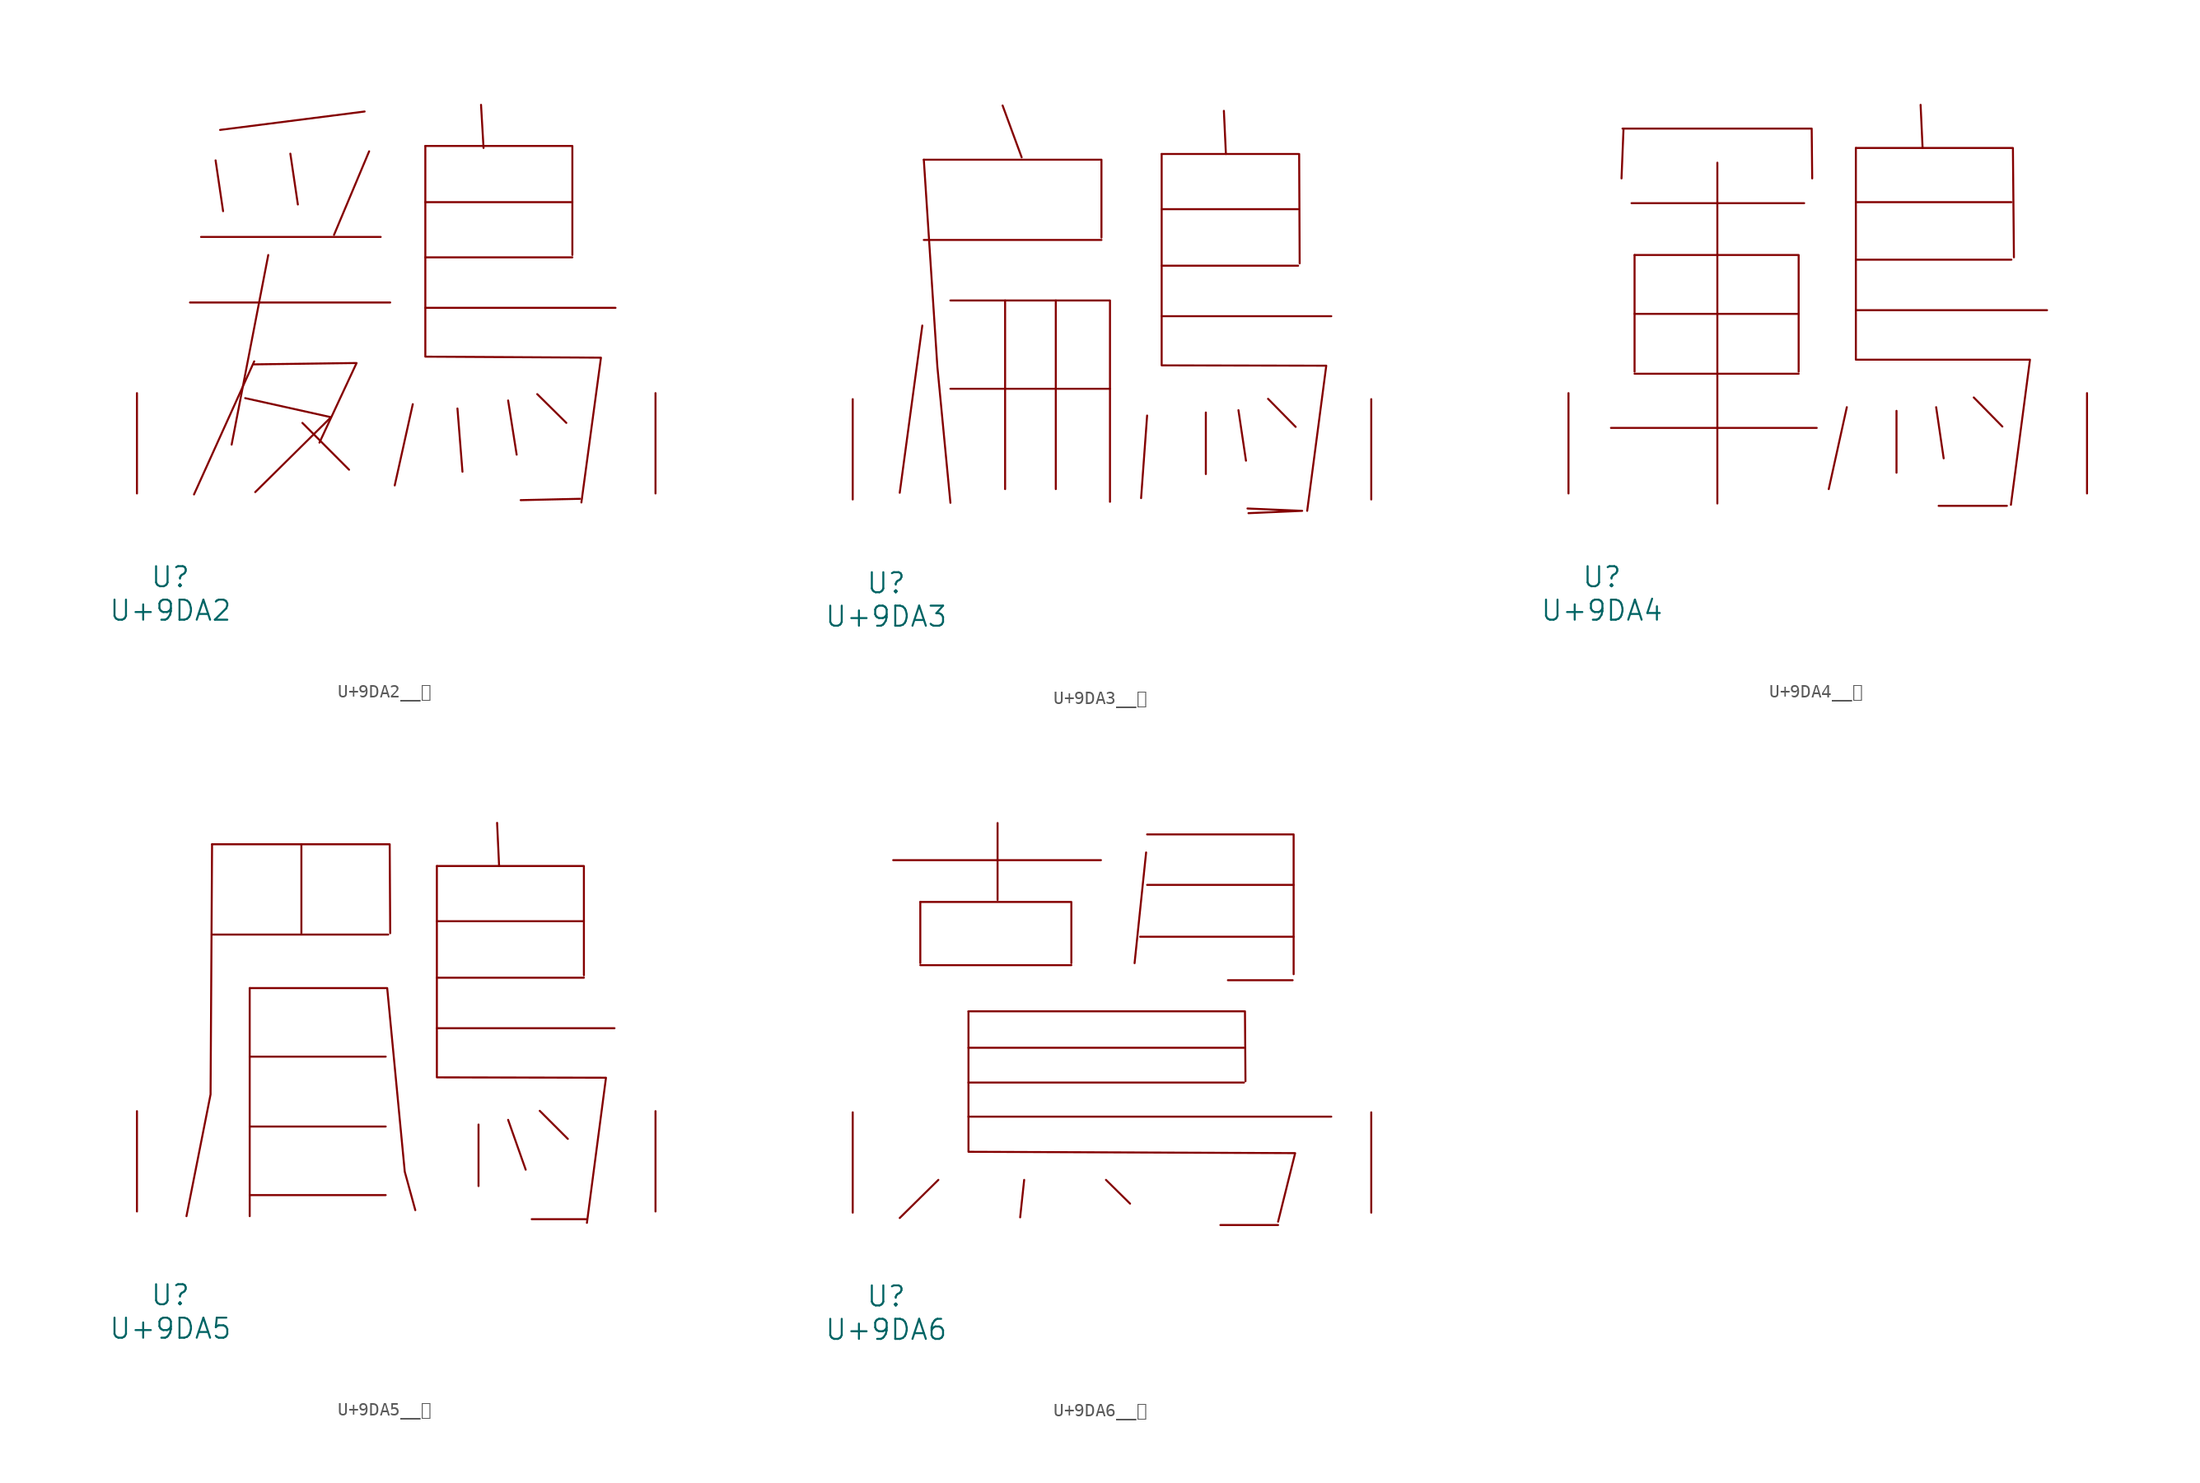
<source format=kicad_sym>
(kicad_symbol_lib
  (version 20231120)
  (generator "kicad_symbol_editor")
  (generator_version "8.0")
  (symbol "U+9DA2__鶢"
    (pin_names
      (offset 1.016))
    (property "Reference" "U"
      (at 0 -6.35 0)
      (effects (font (size 1.524 1.524))))
    (property "Value" "U+9DA2"
      (at 0 -8.89 0)
      (effects (font (size 1.524 1.524))))
    (symbol "U+9DA2__鶢_0_1"
      (polyline (pts (xy 1.486 14.503) (xy 16.688 14.503)) (stroke (width 0) (type solid)) (fill (type none)))
      (polyline (pts (xy 2.324 19.482) (xy 15.964 19.482)) (stroke (width 0) (type solid)) (fill (type none)))
      (polyline (pts (xy 3.429 25.298) (xy 4 21.438)) (stroke (width 0) (type solid)) (fill (type none)))
      (polyline (pts (xy 6.363 10.033) (xy 1.791 -0.076)) (stroke (width 0) (type solid)) (fill (type none)))
      (polyline (pts (xy 7.429 18.11) (xy 4.648 3.708)) (stroke (width 0) (type solid)) (fill (type none)))
      (polyline (pts (xy 9.106 25.806) (xy 9.677 21.946)) (stroke (width 0) (type solid)) (fill (type none)))
      (polyline (pts (xy 10.02 5.359) (xy 13.564 1.803)) (stroke (width 0) (type solid)) (fill (type none)))
      (polyline (pts (xy 14.745 29.007) (xy 3.772 27.61)) (stroke (width 0) (type solid)) (fill (type none)))
      (polyline (pts (xy 15.088 25.984) (xy 12.421 19.634)) (stroke (width 0) (type solid)) (fill (type none)))
      (polyline (pts (xy 18.402 6.782) (xy 17.031 0.61)) (stroke (width 0) (type solid)) (fill (type none)))
      (polyline (pts (xy 19.355 14.097) (xy 33.795 14.097)) (stroke (width 0) (type solid)) (fill (type none)))
      (polyline (pts (xy 19.355 17.932) (xy 30.518 17.932)) (stroke (width 0) (type solid)) (fill (type none)))
      (polyline (pts (xy 19.355 22.123) (xy 30.518 22.123)) (stroke (width 0) (type solid)) (fill (type none)))
      (polyline (pts (xy 21.793 6.452) (xy 22.174 1.651)) (stroke (width 0) (type solid)) (fill (type none)))
      (polyline (pts (xy 23.584 29.515) (xy 23.774 26.238)) (stroke (width 0) (type solid)) (fill (type none)))
      (polyline (pts (xy 25.641 7.061) (xy 26.289 2.946)) (stroke (width 0) (type solid)) (fill (type none)))
      (polyline (pts (xy 27.851 7.544) (xy 30.061 5.359)) (stroke (width 0) (type solid)) (fill (type none)))
      (polyline (pts (xy 31.09 -0.406) (xy 26.594 -0.508)) (stroke (width 0) (type solid)) (fill (type none)))
      (polyline (pts (xy 5.677 7.239) (xy 12.192 5.791) (xy 6.439 0.102)) (stroke (width 0) (type solid)) (fill (type none)))
      (polyline (pts (xy 6.363 9.804) (xy 14.135 9.906) (xy 11.316 3.861)) (stroke (width 0) (type solid)) (fill (type none)))
      (polyline (pts (xy 19.355 26.391) (xy 30.518 26.391) (xy 30.518 18.11)) (stroke (width 0) (type solid)) (fill (type none)))
      (polyline (pts (xy 19.355 26.391) (xy 19.355 10.389) (xy 32.69 10.312) (xy 31.204 -0.686)) (stroke (width 0) (type solid)) (fill (type none)))
      (pin input line (at -2.54 0 90) (length 7.62) (name "~" (effects (font (size 1.27 1.27)))) (number "~" (effects (font (size 1.27 1.27)))))
      (pin input line (at 36.83 0 90) (length 7.62) (name "~" (effects (font (size 1.27 1.27)))) (number "~" (effects (font (size 1.27 1.27)))))))
  (symbol "U+9DA3__鶣"
    (pin_names
      (offset 1.016))
    (property "Reference" "U"
      (at 0 -6.35 0)
      (effects (font (size 1.524 1.524))))
    (property "Value" "U+9DA3"
      (at 0 -8.89 0)
      (effects (font (size 1.524 1.524))))
    (symbol "U+9DA3__鶣_0_1"
      (polyline (pts (xy 2.743 13.208) (xy 1.029 0.508)) (stroke (width 0) (type solid)) (fill (type none)))
      (polyline (pts (xy 2.857 19.71) (xy 16.345 19.71)) (stroke (width 0) (type solid)) (fill (type none)))
      (polyline (pts (xy 4.877 8.407) (xy 16.993 8.407)) (stroke (width 0) (type solid)) (fill (type none)))
      (polyline (pts (xy 8.839 29.921) (xy 10.287 25.984)) (stroke (width 0) (type solid)) (fill (type none)))
      (polyline (pts (xy 9.03 15.113) (xy 9.03 0.787)) (stroke (width 0) (type solid)) (fill (type none)))
      (polyline (pts (xy 12.878 15.113) (xy 12.878 0.787)) (stroke (width 0) (type solid)) (fill (type none)))
      (polyline (pts (xy 19.812 6.375) (xy 19.355 0.102)) (stroke (width 0) (type solid)) (fill (type none)))
      (polyline (pts (xy 20.917 13.919) (xy 33.795 13.919)) (stroke (width 0) (type solid)) (fill (type none)))
      (polyline (pts (xy 20.917 17.755) (xy 31.28 17.755)) (stroke (width 0) (type solid)) (fill (type none)))
      (polyline (pts (xy 20.917 22.047) (xy 31.28 22.047)) (stroke (width 0) (type solid)) (fill (type none)))
      (polyline (pts (xy 24.27 6.604) (xy 24.27 1.93)) (stroke (width 0) (type solid)) (fill (type none)))
      (polyline (pts (xy 25.641 29.515) (xy 25.794 26.238)) (stroke (width 0) (type solid)) (fill (type none)))
      (polyline (pts (xy 26.746 6.782) (xy 27.318 2.946)) (stroke (width 0) (type solid)) (fill (type none)))
      (polyline (pts (xy 28.994 7.645) (xy 31.09 5.512)) (stroke (width 0) (type solid)) (fill (type none)))
      (polyline (pts (xy 2.857 25.806) (xy 3.886 10.084) (xy 4.877 -0.254)) (stroke (width 0) (type solid)) (fill (type none)))
      (polyline (pts (xy 2.857 25.806) (xy 16.345 25.806) (xy 16.345 19.888)) (stroke (width 0) (type solid)) (fill (type none)))
      (polyline (pts (xy 4.877 15.113) (xy 16.993 15.113) (xy 16.993 -0.178)) (stroke (width 0) (type solid)) (fill (type none)))
      (polyline (pts (xy 20.917 26.238) (xy 31.356 26.238) (xy 31.394 17.932)) (stroke (width 0) (type solid)) (fill (type none)))
      (polyline (pts (xy 27.508 -1.041) (xy 31.585 -0.864) (xy 27.432 -0.686)) (stroke (width 0) (type solid)) (fill (type none)))
      (polyline (pts (xy 20.917 26.238) (xy 20.917 10.185) (xy 33.414 10.16) (xy 31.966 -0.864)) (stroke (width 0) (type solid)) (fill (type none)))
      (pin input line (at -2.54 0 90) (length 7.62) (name "~" (effects (font (size 1.27 1.27)))) (number "~" (effects (font (size 1.27 1.27)))))
      (pin input line (at 36.83 0 90) (length 7.62) (name "~" (effects (font (size 1.27 1.27)))) (number "~" (effects (font (size 1.27 1.27)))))))
  (symbol "U+9DA4__鶤"
    (pin_names
      (offset 1.016))
    (property "Reference" "U"
      (at 0 -6.35 0)
      (effects (font (size 1.524 1.524))))
    (property "Value" "U+9DA4"
      (at 0 -8.89 0)
      (effects (font (size 1.524 1.524))))
    (symbol "U+9DA4__鶤_0_1"
      (polyline (pts (xy 0.686 4.978) (xy 16.307 4.978)) (stroke (width 0) (type solid)) (fill (type none)))
      (polyline (pts (xy 1.638 27.711) (xy 1.486 23.927)) (stroke (width 0) (type solid)) (fill (type none)))
      (polyline (pts (xy 2.248 22.047) (xy 15.354 22.047)) (stroke (width 0) (type solid)) (fill (type none)))
      (polyline (pts (xy 2.477 9.093) (xy 14.935 9.093)) (stroke (width 0) (type solid)) (fill (type none)))
      (polyline (pts (xy 2.477 13.64) (xy 14.935 13.64)) (stroke (width 0) (type solid)) (fill (type none)))
      (polyline (pts (xy 2.477 18.11) (xy 2.477 9.246)) (stroke (width 0) (type solid)) (fill (type none)))
      (polyline (pts (xy 8.763 25.121) (xy 8.763 -0.762)) (stroke (width 0) (type solid)) (fill (type none)))
      (polyline (pts (xy 18.593 6.553) (xy 17.221 0.33)) (stroke (width 0) (type solid)) (fill (type none)))
      (polyline (pts (xy 19.279 13.919) (xy 33.795 13.919)) (stroke (width 0) (type solid)) (fill (type none)))
      (polyline (pts (xy 19.279 17.755) (xy 31.09 17.755)) (stroke (width 0) (type solid)) (fill (type none)))
      (polyline (pts (xy 19.279 22.123) (xy 31.09 22.123)) (stroke (width 0) (type solid)) (fill (type none)))
      (polyline (pts (xy 22.365 6.274) (xy 22.365 1.575)) (stroke (width 0) (type solid)) (fill (type none)))
      (polyline (pts (xy 24.194 29.515) (xy 24.346 26.238)) (stroke (width 0) (type solid)) (fill (type none)))
      (polyline (pts (xy 25.375 6.553) (xy 25.946 2.667)) (stroke (width 0) (type solid)) (fill (type none)))
      (polyline (pts (xy 25.565 -0.94) (xy 30.747 -0.94)) (stroke (width 0) (type solid)) (fill (type none)))
      (polyline (pts (xy 28.232 7.29) (xy 30.404 5.08)) (stroke (width 0) (type solid)) (fill (type none)))
      (polyline (pts (xy 1.562 27.711) (xy 15.926 27.711) (xy 15.964 23.927)) (stroke (width 0) (type solid)) (fill (type none)))
      (polyline (pts (xy 2.477 18.11) (xy 14.935 18.11) (xy 14.935 9.246)) (stroke (width 0) (type solid)) (fill (type none)))
      (polyline (pts (xy 19.279 26.238) (xy 31.204 26.238) (xy 31.28 17.932)) (stroke (width 0) (type solid)) (fill (type none)))
      (polyline (pts (xy 19.279 26.238) (xy 19.279 10.16) (xy 32.499 10.16) (xy 31.052 -0.864)) (stroke (width 0) (type solid)) (fill (type none)))
      (pin input line (at -2.54 0 90) (length 7.62) (name "~" (effects (font (size 1.27 1.27)))) (number "~" (effects (font (size 1.27 1.27)))))
      (pin input line (at 36.83 0 90) (length 7.62) (name "~" (effects (font (size 1.27 1.27)))) (number "~" (effects (font (size 1.27 1.27)))))))
  (symbol "U+9DA5__鶥"
    (pin_names
      (offset 1.016))
    (property "Reference" "U"
      (at 0 -6.35 0)
      (effects (font (size 1.524 1.524))))
    (property "Value" "U+9DA5"
      (at 0 -8.89 0)
      (effects (font (size 1.524 1.524))))
    (symbol "U+9DA5__鶥_0_1"
      (polyline (pts (xy 3.162 21.031) (xy 16.535 21.031)) (stroke (width 0) (type solid)) (fill (type none)))
      (polyline (pts (xy 6.02 1.245) (xy 16.345 1.245)) (stroke (width 0) (type solid)) (fill (type none)))
      (polyline (pts (xy 6.02 6.452) (xy 16.345 6.452)) (stroke (width 0) (type solid)) (fill (type none)))
      (polyline (pts (xy 6.02 11.76) (xy 16.345 11.76)) (stroke (width 0) (type solid)) (fill (type none)))
      (polyline (pts (xy 6.02 16.967) (xy 6.02 -0.356)) (stroke (width 0) (type solid)) (fill (type none)))
      (polyline (pts (xy 9.944 27.889) (xy 9.944 21.133)) (stroke (width 0) (type solid)) (fill (type none)))
      (polyline (pts (xy 20.231 13.919) (xy 33.718 13.919)) (stroke (width 0) (type solid)) (fill (type none)))
      (polyline (pts (xy 20.231 17.755) (xy 31.394 17.755)) (stroke (width 0) (type solid)) (fill (type none)))
      (polyline (pts (xy 20.231 22.047) (xy 31.394 22.047)) (stroke (width 0) (type solid)) (fill (type none)))
      (polyline (pts (xy 23.393 6.604) (xy 23.393 1.93)) (stroke (width 0) (type solid)) (fill (type none)))
      (polyline (pts (xy 24.803 29.515) (xy 24.956 26.238)) (stroke (width 0) (type solid)) (fill (type none)))
      (polyline (pts (xy 25.641 6.96) (xy 26.975 3.175)) (stroke (width 0) (type solid)) (fill (type none)))
      (polyline (pts (xy 28.042 7.645) (xy 30.175 5.512)) (stroke (width 0) (type solid)) (fill (type none)))
      (polyline (pts (xy 31.547 -0.584) (xy 27.432 -0.584)) (stroke (width 0) (type solid)) (fill (type none)))
      (polyline (pts (xy 3.162 27.889) (xy 3.048 8.89) (xy 1.219 -0.356)) (stroke (width 0) (type solid)) (fill (type none)))
      (polyline (pts (xy 3.162 27.889) (xy 16.65 27.889) (xy 16.688 21.133)) (stroke (width 0) (type solid)) (fill (type none)))
      (polyline (pts (xy 20.231 26.238) (xy 31.394 26.238) (xy 31.394 17.932)) (stroke (width 0) (type solid)) (fill (type none)))
      (polyline (pts (xy 6.02 16.967) (xy 16.459 16.967) (xy 17.793 3.023) (xy 18.593 0.102)) (stroke (width 0) (type solid)) (fill (type none)))
      (polyline (pts (xy 20.231 26.238) (xy 20.231 10.185) (xy 33.071 10.16) (xy 31.623 -0.864)) (stroke (width 0) (type solid)) (fill (type none)))
      (pin input line (at -2.54 0 90) (length 7.62) (name "~" (effects (font (size 1.27 1.27)))) (number "~" (effects (font (size 1.27 1.27)))))
      (pin input line (at 36.83 0 90) (length 7.62) (name "~" (effects (font (size 1.27 1.27)))) (number "~" (effects (font (size 1.27 1.27)))))))
  (symbol "U+9DA6__鶦"
    (pin_names
      (offset 1.016))
    (property "Reference" "U"
      (at 0 -6.35 0)
      (effects (font (size 1.524 1.524))))
    (property "Value" "U+9DA6"
      (at 0 -8.89 0)
      (effects (font (size 1.524 1.524))))
    (symbol "U+9DA6__鶦_0_1"
      (polyline (pts (xy 0.533 26.772) (xy 16.307 26.772)) (stroke (width 0) (type solid)) (fill (type none)))
      (polyline (pts (xy 2.591 18.796) (xy 14.059 18.796)) (stroke (width 0) (type solid)) (fill (type none)))
      (polyline (pts (xy 2.591 23.597) (xy 2.591 18.948)) (stroke (width 0) (type solid)) (fill (type none)))
      (polyline (pts (xy 3.962 2.489) (xy 1.029 -0.406)) (stroke (width 0) (type solid)) (fill (type none)))
      (polyline (pts (xy 6.248 7.29) (xy 33.795 7.29)) (stroke (width 0) (type solid)) (fill (type none)))
      (polyline (pts (xy 6.248 9.881) (xy 27.165 9.881)) (stroke (width 0) (type solid)) (fill (type none)))
      (polyline (pts (xy 6.248 12.522) (xy 27.165 12.522)) (stroke (width 0) (type solid)) (fill (type none)))
      (polyline (pts (xy 8.458 29.591) (xy 8.458 23.749)) (stroke (width 0) (type solid)) (fill (type none)))
      (polyline (pts (xy 10.477 2.489) (xy 10.173 -0.356)) (stroke (width 0) (type solid)) (fill (type none)))
      (polyline (pts (xy 16.688 2.489) (xy 18.517 0.686)) (stroke (width 0) (type solid)) (fill (type none)))
      (polyline (pts (xy 19.279 20.955) (xy 30.937 20.955)) (stroke (width 0) (type solid)) (fill (type none)))
      (polyline (pts (xy 19.736 27.356) (xy 18.86 18.948)) (stroke (width 0) (type solid)) (fill (type none)))
      (polyline (pts (xy 19.812 24.892) (xy 30.937 24.892)) (stroke (width 0) (type solid)) (fill (type none)))
      (polyline (pts (xy 25.375 -0.94) (xy 29.756 -0.94)) (stroke (width 0) (type solid)) (fill (type none)))
      (polyline (pts (xy 25.946 17.653) (xy 30.861 17.653)) (stroke (width 0) (type solid)) (fill (type none)))
      (polyline (pts (xy 2.591 23.597) (xy 14.059 23.597) (xy 14.059 18.948)) (stroke (width 0) (type solid)) (fill (type none)))
      (polyline (pts (xy 6.248 15.291) (xy 27.241 15.291) (xy 27.28 9.982)) (stroke (width 0) (type solid)) (fill (type none)))
      (polyline (pts (xy 19.812 28.727) (xy 30.937 28.727) (xy 30.937 18.11)) (stroke (width 0) (type solid)) (fill (type none)))
      (polyline (pts (xy 6.248 15.291) (xy 6.248 4.623) (xy 31.052 4.521) (xy 29.756 -0.686)) (stroke (width 0) (type solid)) (fill (type none)))
      (pin input line (at -2.54 0 90) (length 7.62) (name "~" (effects (font (size 1.27 1.27)))) (number "~" (effects (font (size 1.27 1.27)))))
      (pin input line (at 36.83 0 90) (length 7.62) (name "~" (effects (font (size 1.27 1.27)))) (number "~" (effects (font (size 1.27 1.27))))))))
</source>
